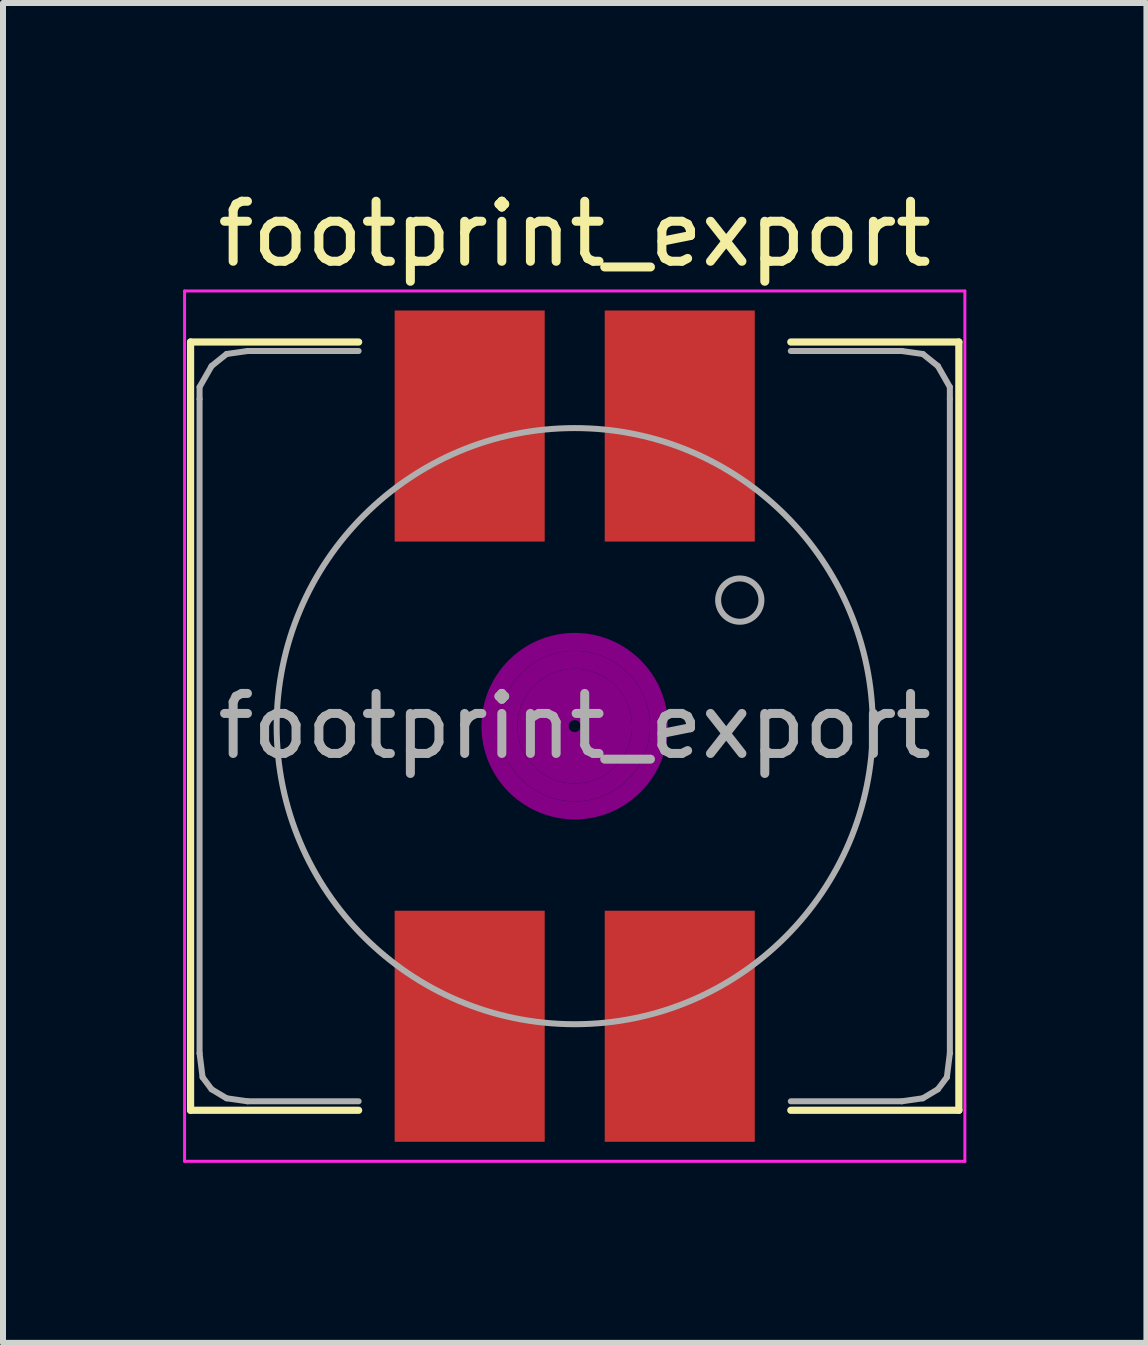
<source format=kicad_pcb>
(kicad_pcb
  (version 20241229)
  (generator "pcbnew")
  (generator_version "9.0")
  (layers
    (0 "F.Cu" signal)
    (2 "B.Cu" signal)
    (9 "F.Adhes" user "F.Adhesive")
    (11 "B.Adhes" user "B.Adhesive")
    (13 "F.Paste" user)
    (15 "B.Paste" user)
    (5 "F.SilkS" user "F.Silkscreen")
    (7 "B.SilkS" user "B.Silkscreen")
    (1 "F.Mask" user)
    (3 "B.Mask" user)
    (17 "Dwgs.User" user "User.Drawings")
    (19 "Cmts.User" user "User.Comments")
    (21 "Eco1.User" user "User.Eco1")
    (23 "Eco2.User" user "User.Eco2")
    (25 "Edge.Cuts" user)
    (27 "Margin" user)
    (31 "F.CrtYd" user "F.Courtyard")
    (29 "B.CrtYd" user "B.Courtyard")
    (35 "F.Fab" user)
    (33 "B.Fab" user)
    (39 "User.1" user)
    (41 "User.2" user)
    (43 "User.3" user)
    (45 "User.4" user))
  (footprint "footprint_export"
    (layer "F.Cu")
    (at 6.525 9.048)
    (property "Reference" "footprint_export" (at 0 -8.2 0) (layer "F.SilkS") (effects (font (size 1 1) (thickness 0.15))))
    (attr smd)
    (fp_line (start -6.4 -6.4) (end -3.6 -6.4) (stroke (width 0.12) (type solid)) (layer "F.SilkS"))
    (fp_line (start -6.4 6.4) (end -6.4 -6.4) (stroke (width 0.12) (type solid)) (layer "F.SilkS"))
    (fp_line (start -3.6 6.4) (end -6.4 6.4) (stroke (width 0.12) (type solid)) (layer "F.SilkS"))
    (fp_line (start 3.6 -6.4) (end 6.4 -6.4) (stroke (width 0.12) (type solid)) (layer "F.SilkS"))
    (fp_line (start 6.4 -6.4) (end 6.4 6.4) (stroke (width 0.12) (type solid)) (layer "F.SilkS"))
    (fp_line (start 6.4 6.4) (end 3.6 6.4) (stroke (width 0.12) (type solid)) (layer "F.SilkS"))
    (fp_circle (center 0 0) (end 0.1 0) (stroke (width 0.3) (type solid)) (fill no) (layer "F.Adhes"))
    (fp_circle (center 0 0) (end 0.3 0.1) (stroke (width 0.3) (type solid)) (fill no) (layer "F.Adhes"))
    (fp_circle (center 0 0) (end 0.6 0) (stroke (width 0.3) (type solid)) (fill no) (layer "F.Adhes"))
    (fp_circle (center 0 0) (end 0.8 -0.1) (stroke (width 0.3) (type solid)) (fill no) (layer "F.Adhes"))
    (fp_circle (center 0 0) (end 1.1 -0.1) (stroke (width 0.3) (type solid)) (fill no) (layer "F.Adhes"))
    (fp_circle (center 0 0) (end 1.4 -0.1) (stroke (width 0.3) (type solid)) (fill no) (layer "F.Adhes"))
    (fp_line (start -6.5 -7.25) (end 6.5 -7.25) (stroke (width 0.05) (type solid)) (layer "F.CrtYd"))
    (fp_line (start -6.5 7.25) (end -6.5 -7.25) (stroke (width 0.05) (type solid)) (layer "F.CrtYd"))
    (fp_line (start 6.5 -7.25) (end 6.5 7.25) (stroke (width 0.05) (type solid)) (layer "F.CrtYd"))
    (fp_line (start 6.5 7.25) (end -6.5 7.25) (stroke (width 0.05) (type solid)) (layer "F.CrtYd"))
    (fp_line (start -6.25 -5.65) (end -6.25 -5.45) (stroke (width 0.1) (type solid)) (layer "F.Fab"))
    (fp_line (start -6.25 -5.45) (end -6.25 5.45) (stroke (width 0.1) (type solid)) (layer "F.Fab"))
    (fp_line (start -6.2 5.85) (end -6.25 5.45) (stroke (width 0.1) (type solid)) (layer "F.Fab"))
    (fp_line (start -6.05 -6) (end -6.25 -5.65) (stroke (width 0.1) (type solid)) (layer "F.Fab"))
    (fp_line (start -6.05 6.05) (end -6.2 5.85) (stroke (width 0.1) (type solid)) (layer "F.Fab"))
    (fp_line (start -5.8 -6.2) (end -6.05 -6) (stroke (width 0.1) (type solid)) (layer "F.Fab"))
    (fp_line (start -5.8 6.2) (end -6.05 6.05) (stroke (width 0.1) (type solid)) (layer "F.Fab"))
    (fp_line (start -5.45 -6.25) (end -5.8 -6.2) (stroke (width 0.1) (type solid)) (layer "F.Fab"))
    (fp_line (start -5.45 6.25) (end -5.8 6.2) (stroke (width 0.1) (type solid)) (layer "F.Fab"))
    (fp_line (start -3.6 -6.25) (end -5.45 -6.25) (stroke (width 0.1) (type solid)) (layer "F.Fab"))
    (fp_line (start -3.6 6.25) (end -5.45 6.25) (stroke (width 0.1) (type solid)) (layer "F.Fab"))
    (fp_line (start 3.6 -6.25) (end 5.45 -6.25) (stroke (width 0.1) (type solid)) (layer "F.Fab"))
    (fp_line (start 3.6 6.25) (end 5.45 6.25) (stroke (width 0.1) (type solid)) (layer "F.Fab"))
    (fp_line (start 5.45 -6.25) (end 5.8 -6.2) (stroke (width 0.1) (type solid)) (layer "F.Fab"))
    (fp_line (start 5.45 6.25) (end 5.8 6.2) (stroke (width 0.1) (type solid)) (layer "F.Fab"))
    (fp_line (start 5.8 -6.2) (end 6.05 -6) (stroke (width 0.1) (type solid)) (layer "F.Fab"))
    (fp_line (start 5.8 6.2) (end 6.05 6.05) (stroke (width 0.1) (type solid)) (layer "F.Fab"))
    (fp_line (start 6.05 -6) (end 6.25 -5.65) (stroke (width 0.1) (type solid)) (layer "F.Fab"))
    (fp_line (start 6.05 6.05) (end 6.2 5.85) (stroke (width 0.1) (type solid)) (layer "F.Fab"))
    (fp_line (start 6.2 5.85) (end 6.25 5.45) (stroke (width 0.1) (type solid)) (layer "F.Fab"))
    (fp_line (start 6.25 -5.65) (end 6.25 -5.45) (stroke (width 0.1) (type solid)) (layer "F.Fab"))
    (fp_line (start 6.25 -5.45) (end 6.25 5.45) (stroke (width 0.1) (type solid)) (layer "F.Fab"))
    (fp_circle (center 0 0) (end 2.1 4.5) (stroke (width 0.1) (type solid)) (fill no) (layer "F.Fab"))
    (fp_circle (center 2.75 -2.1) (end 3.05 -1.9) (stroke (width 0.1) (type solid)) (fill no) (layer "F.Fab"))
    (fp_text user "${REFERENCE}" (at 0 0 0) (layer "F.Fab") (effects (font (size 1 1) (thickness 0.15))))
    (pad "1" smd rect (at -1.75 -5) (size 2.5 3.85) (layers "F.Cu" "F.Mask" "F.Paste"))
    (pad "2" smd rect (at 1.75 -5) (size 2.5 3.85) (layers "F.Cu" "F.Mask" "F.Paste"))
    (pad "3" smd rect (at 1.75 5) (size 2.5 3.85) (layers "F.Cu" "F.Mask" "F.Paste"))
    (pad "4" smd rect (at -1.75 5) (size 2.5 3.85) (layers "F.Cu" "F.Mask" "F.Paste")))
  (gr_rect
    (start -3 -3)
    (end 16.05 19.323)
    (stroke (width 0.1) (type default))
    (fill no)
    (layer "Edge.Cuts")))
</source>
